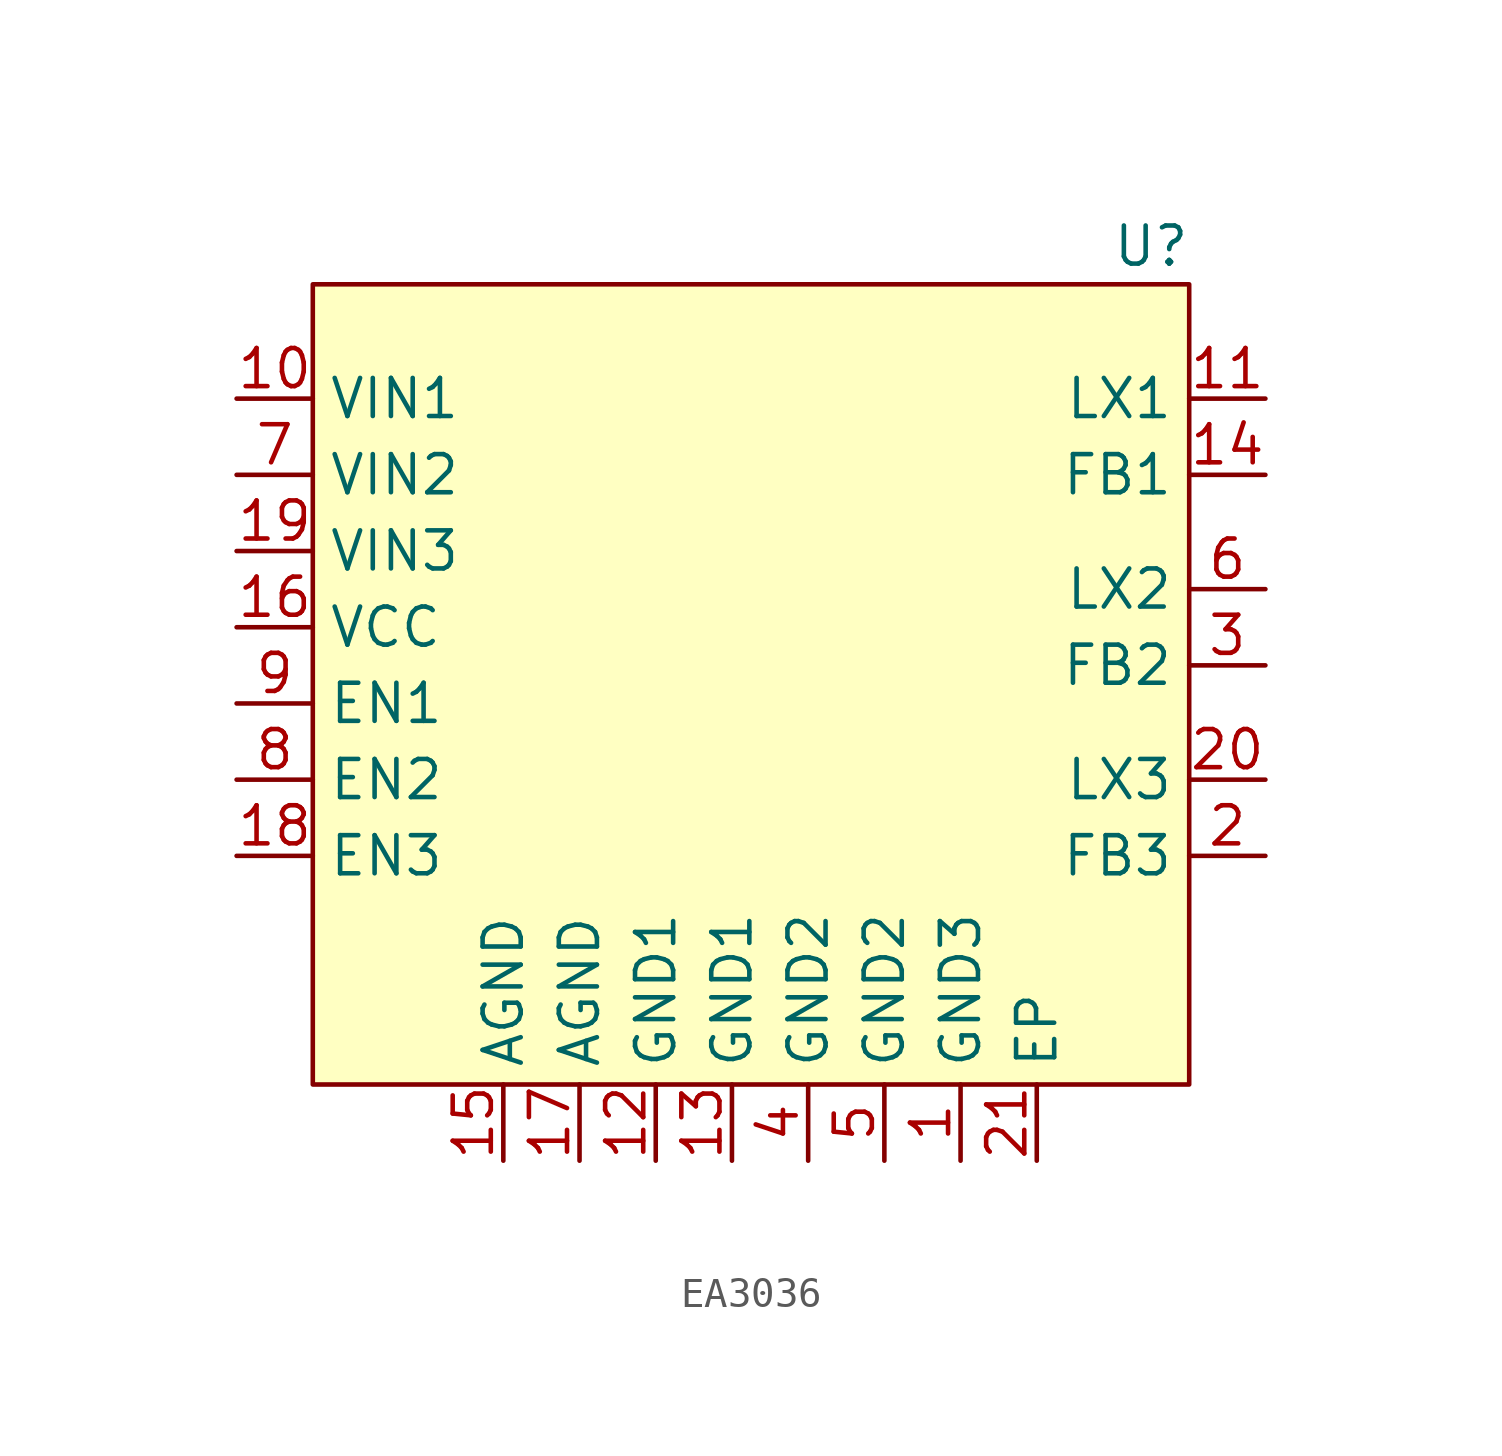
<source format=kicad_sym>
(kicad_symbol_lib
  (version 20220914)
  (generator kicad_symbol_editor)
  (symbol "EA3036"
    (property "Reference" "U"
      (at 12.7 13.97 0)
      (effects (font (size 1.27 1.27))))
    (property "Value" ""
      (at -7.62 3.81 0)
      (effects (font (size 1.27 1.27))))
    (symbol "EA3036_1_1"
      (rectangle (start -15.24 12.7) (end 13.97 -13.97) (stroke (width 0) (type default)) (fill (type background)))
      (pin input line (at 6.35 -16.51 90) (length 2.54) (name "GND3" (effects (font (size 1.27 1.27)))) (number "1" (effects (font (size 1.27 1.27)))))
      (pin input line (at -17.78 8.89 0) (length 2.54) (name "VIN1" (effects (font (size 1.27 1.27)))) (number "10" (effects (font (size 1.27 1.27)))))
      (pin input line (at 16.51 8.89 180) (length 2.54) (name "LX1" (effects (font (size 1.27 1.27)))) (number "11" (effects (font (size 1.27 1.27)))))
      (pin input line (at -3.81 -16.51 90) (length 2.54) (name "GND1" (effects (font (size 1.27 1.27)))) (number "12" (effects (font (size 1.27 1.27)))))
      (pin input line (at -1.27 -16.51 90) (length 2.54) (name "GND1" (effects (font (size 1.27 1.27)))) (number "13" (effects (font (size 1.27 1.27)))))
      (pin input line (at 16.51 6.35 180) (length 2.54) (name "FB1" (effects (font (size 1.27 1.27)))) (number "14" (effects (font (size 1.27 1.27)))))
      (pin input line (at -8.89 -16.51 90) (length 2.54) (name "AGND" (effects (font (size 1.27 1.27)))) (number "15" (effects (font (size 1.27 1.27)))))
      (pin input line (at -17.78 1.27 0) (length 2.54) (name "VCC" (effects (font (size 1.27 1.27)))) (number "16" (effects (font (size 1.27 1.27)))))
      (pin input line (at -6.35 -16.51 90) (length 2.54) (name "AGND" (effects (font (size 1.27 1.27)))) (number "17" (effects (font (size 1.27 1.27)))))
      (pin input line (at -17.78 -6.35 0) (length 2.54) (name "EN3" (effects (font (size 1.27 1.27)))) (number "18" (effects (font (size 1.27 1.27)))))
      (pin input line (at -17.78 3.81 0) (length 2.54) (name "VIN3" (effects (font (size 1.27 1.27)))) (number "19" (effects (font (size 1.27 1.27)))))
      (pin input line (at 16.51 -6.35 180) (length 2.54) (name "FB3" (effects (font (size 1.27 1.27)))) (number "2" (effects (font (size 1.27 1.27)))))
      (pin input line (at 16.51 -3.81 180) (length 2.54) (name "LX3" (effects (font (size 1.27 1.27)))) (number "20" (effects (font (size 1.27 1.27)))))
      (pin input line (at 8.89 -16.51 90) (length 2.54) (name "EP" (effects (font (size 1.27 1.27)))) (number "21" (effects (font (size 1.27 1.27)))))
      (pin input line (at 16.51 0 180) (length 2.54) (name "FB2" (effects (font (size 1.27 1.27)))) (number "3" (effects (font (size 1.27 1.27)))))
      (pin input line (at 1.27 -16.51 90) (length 2.54) (name "GND2" (effects (font (size 1.27 1.27)))) (number "4" (effects (font (size 1.27 1.27)))))
      (pin input line (at 3.81 -16.51 90) (length 2.54) (name "GND2" (effects (font (size 1.27 1.27)))) (number "5" (effects (font (size 1.27 1.27)))))
      (pin input line (at 16.51 2.54 180) (length 2.54) (name "LX2" (effects (font (size 1.27 1.27)))) (number "6" (effects (font (size 1.27 1.27)))))
      (pin input line (at -17.78 6.35 0) (length 2.54) (name "VIN2" (effects (font (size 1.27 1.27)))) (number "7" (effects (font (size 1.27 1.27)))))
      (pin input line (at -17.78 -3.81 0) (length 2.54) (name "EN2" (effects (font (size 1.27 1.27)))) (number "8" (effects (font (size 1.27 1.27)))))
      (pin input line (at -17.78 -1.27 0) (length 2.54) (name "EN1" (effects (font (size 1.27 1.27)))) (number "9" (effects (font (size 1.27 1.27))))))))
</source>
